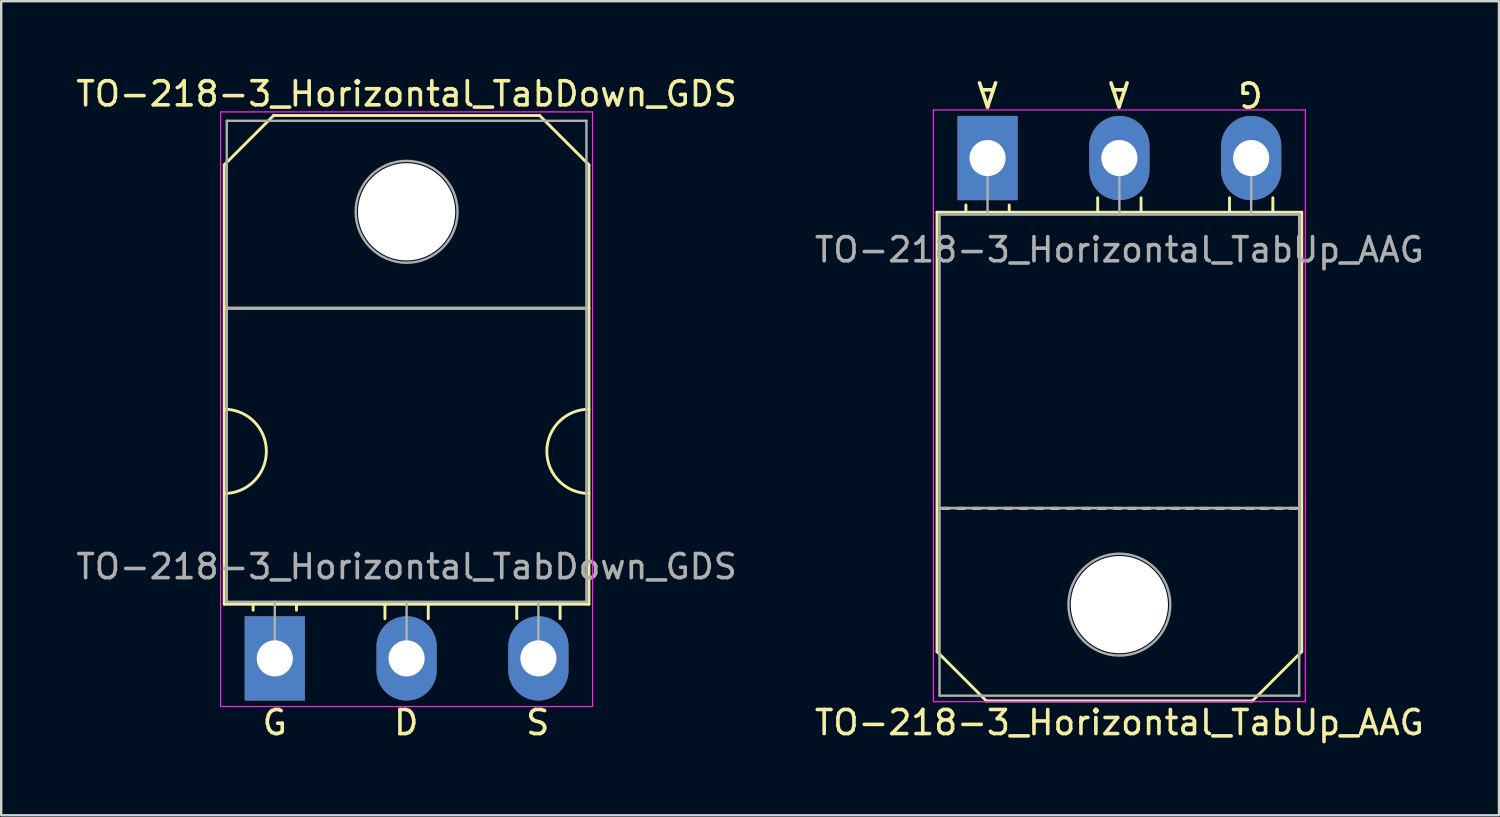
<source format=kicad_pcb>
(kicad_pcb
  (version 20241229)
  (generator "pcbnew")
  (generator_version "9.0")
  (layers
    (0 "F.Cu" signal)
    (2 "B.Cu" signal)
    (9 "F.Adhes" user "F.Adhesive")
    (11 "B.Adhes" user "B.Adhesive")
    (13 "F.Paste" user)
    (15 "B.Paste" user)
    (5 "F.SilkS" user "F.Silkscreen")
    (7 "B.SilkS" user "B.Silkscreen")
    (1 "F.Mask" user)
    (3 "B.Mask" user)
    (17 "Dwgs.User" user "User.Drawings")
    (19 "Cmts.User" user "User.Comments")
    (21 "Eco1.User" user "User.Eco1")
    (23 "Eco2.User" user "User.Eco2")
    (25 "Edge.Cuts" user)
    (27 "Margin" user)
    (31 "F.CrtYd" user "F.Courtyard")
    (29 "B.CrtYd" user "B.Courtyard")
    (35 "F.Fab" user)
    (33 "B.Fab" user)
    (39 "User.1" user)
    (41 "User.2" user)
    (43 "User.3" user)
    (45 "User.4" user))
  (footprint "TO-218-3_Horizontal_TabUp_AAG"
    (layer "F.Cu")
    (at 37.971 3.515)
    (property "Reference" "TO-218-3_Horizontal_TabUp_AAG" (at 5.475 23.45 0) (layer "F.SilkS") (effects (font (size 1 1) (thickness 0.15))))
    (fp_line (start -2.1 2.25) (end 13.05 2.25) (stroke (width 0.12) (type solid)) (layer "F.SilkS"))
    (fp_line (start -2.1 20.5) (end -2.1 2.25) (stroke (width 0.12) (type solid)) (layer "F.SilkS"))
    (fp_line (start -2.1 20.5) (end -0.05 22.55) (stroke (width 0.12) (type solid)) (layer "F.SilkS"))
    (fp_line (start -1.6 14.55) (end -1.9 14.55) (stroke (width 0.12) (type solid)) (layer "F.SilkS"))
    (fp_line (start -0.95 14.55) (end -1.25 14.55) (stroke (width 0.12) (type solid)) (layer "F.SilkS"))
    (fp_line (start -0.9 2.2) (end -0.9 1.95) (stroke (width 0.12) (type solid)) (layer "F.SilkS"))
    (fp_line (start -0.3 14.55) (end -0.6 14.55) (stroke (width 0.12) (type solid)) (layer "F.SilkS"))
    (fp_line (start 0.35 14.55) (end 0.05 14.55) (stroke (width 0.12) (type solid)) (layer "F.SilkS"))
    (fp_line (start 0.9 2.2) (end 0.9 1.95) (stroke (width 0.12) (type solid)) (layer "F.SilkS"))
    (fp_line (start 1 14.55) (end 0.7 14.55) (stroke (width 0.12) (type solid)) (layer "F.SilkS"))
    (fp_line (start 1.65 14.55) (end 1.35 14.55) (stroke (width 0.12) (type solid)) (layer "F.SilkS"))
    (fp_line (start 2.3 14.55) (end 2 14.55) (stroke (width 0.12) (type solid)) (layer "F.SilkS"))
    (fp_line (start 2.95 14.55) (end 2.65 14.55) (stroke (width 0.12) (type solid)) (layer "F.SilkS"))
    (fp_line (start 3.6 14.55) (end 3.3 14.55) (stroke (width 0.12) (type solid)) (layer "F.SilkS"))
    (fp_line (start 4.25 14.55) (end 3.95 14.55) (stroke (width 0.12) (type solid)) (layer "F.SilkS"))
    (fp_line (start 4.575 2.2) (end 4.575 1.65) (stroke (width 0.12) (type solid)) (layer "F.SilkS"))
    (fp_line (start 4.9 14.55) (end 4.6 14.55) (stroke (width 0.12) (type solid)) (layer "F.SilkS"))
    (fp_line (start 5.55 14.55) (end 5.25 14.55) (stroke (width 0.12) (type solid)) (layer "F.SilkS"))
    (fp_line (start 6.15 14.55) (end 5.85 14.55) (stroke (width 0.12) (type solid)) (layer "F.SilkS"))
    (fp_line (start 6.375 2.2) (end 6.375 1.65) (stroke (width 0.12) (type solid)) (layer "F.SilkS"))
    (fp_line (start 6.75 14.55) (end 6.45 14.55) (stroke (width 0.12) (type solid)) (layer "F.SilkS"))
    (fp_line (start 7.35 14.55) (end 7.05 14.55) (stroke (width 0.12) (type solid)) (layer "F.SilkS"))
    (fp_line (start 7.95 14.55) (end 7.65 14.55) (stroke (width 0.12) (type solid)) (layer "F.SilkS"))
    (fp_line (start 8.55 14.55) (end 8.25 14.55) (stroke (width 0.12) (type solid)) (layer "F.SilkS"))
    (fp_line (start 9.15 14.55) (end 8.85 14.55) (stroke (width 0.12) (type solid)) (layer "F.SilkS"))
    (fp_line (start 9.8 14.55) (end 9.5 14.55) (stroke (width 0.12) (type solid)) (layer "F.SilkS"))
    (fp_line (start 10.05 2.2) (end 10.05 1.65) (stroke (width 0.12) (type solid)) (layer "F.SilkS"))
    (fp_line (start 10.45 14.55) (end 10.15 14.55) (stroke (width 0.12) (type solid)) (layer "F.SilkS"))
    (fp_line (start 11 22.55) (end -0.05 22.55) (stroke (width 0.12) (type solid)) (layer "F.SilkS"))
    (fp_line (start 11.05 14.55) (end 10.75 14.55) (stroke (width 0.12) (type solid)) (layer "F.SilkS"))
    (fp_line (start 11.65 14.55) (end 11.35 14.55) (stroke (width 0.12) (type solid)) (layer "F.SilkS"))
    (fp_line (start 11.85 2.2) (end 11.85 1.65) (stroke (width 0.12) (type solid)) (layer "F.SilkS"))
    (fp_line (start 12.25 14.55) (end 11.95 14.55) (stroke (width 0.12) (type solid)) (layer "F.SilkS"))
    (fp_line (start 12.85 14.55) (end 12.55 14.55) (stroke (width 0.12) (type solid)) (layer "F.SilkS"))
    (fp_line (start 13.05 2.25) (end 13.05 20.5) (stroke (width 0.12) (type solid)) (layer "F.SilkS"))
    (fp_line (start 13.05 20.5) (end 11 22.55) (stroke (width 0.12) (type solid)) (layer "F.SilkS"))
    (fp_line (start -2.25 -2) (end -2.25 22.58) (stroke (width 0.05) (type solid)) (layer "F.CrtYd"))
    (fp_line (start -2.25 22.58) (end 13.2 22.58) (stroke (width 0.05) (type solid)) (layer "F.CrtYd"))
    (fp_line (start 13.2 -2) (end -2.25 -2) (stroke (width 0.05) (type solid)) (layer "F.CrtYd"))
    (fp_line (start 13.2 22.58) (end 13.2 -2) (stroke (width 0.05) (type solid)) (layer "F.CrtYd"))
    (fp_line (start -1.995 2.35) (end -1.995 14.54) (stroke (width 0.1) (type solid)) (layer "F.Fab"))
    (fp_line (start -1.995 14.54) (end -1.995 22.33) (stroke (width 0.1) (type solid)) (layer "F.Fab"))
    (fp_line (start -1.995 14.54) (end 12.945 14.54) (stroke (width 0.1) (type solid)) (layer "F.Fab"))
    (fp_line (start -1.995 22.33) (end 12.945 22.33) (stroke (width 0.1) (type solid)) (layer "F.Fab"))
    (fp_line (start 0 2.35) (end 0 0) (stroke (width 0.1) (type solid)) (layer "F.Fab"))
    (fp_line (start 5.475 2.35) (end 5.475 0) (stroke (width 0.1) (type solid)) (layer "F.Fab"))
    (fp_line (start 10.95 2.35) (end 10.95 0) (stroke (width 0.1) (type solid)) (layer "F.Fab"))
    (fp_line (start 12.945 2.35) (end -1.995 2.35) (stroke (width 0.1) (type solid)) (layer "F.Fab"))
    (fp_line (start 12.945 14.54) (end -1.995 14.54) (stroke (width 0.1) (type solid)) (layer "F.Fab"))
    (fp_line (start 12.945 14.54) (end 12.945 2.35) (stroke (width 0.1) (type solid)) (layer "F.Fab"))
    (fp_line (start 12.945 22.33) (end 12.945 14.54) (stroke (width 0.1) (type solid)) (layer "F.Fab"))
    (fp_circle (center 5.475 18.55) (end 7.59 18.55) (stroke (width 0.1) (type solid)) (fill no) (layer "F.Fab"))
    (fp_text user "A" (at 5.461 -2.667 180) (unlocked yes) (layer "F.SilkS") (effects (font (size 1 1) (thickness 0.15))))
    (fp_text user "A" (at 0 -2.667 180) (unlocked yes) (layer "F.SilkS") (effects (font (size 1 1) (thickness 0.15))))
    (fp_text user "G" (at 10.922 -2.667 180) (unlocked yes) (layer "F.SilkS") (effects (font (size 1 1) (thickness 0.15))))
    (fp_text user "${REFERENCE}" (at 5.475 3.81 0) (layer "F.Fab") (effects (font (size 1 1) (thickness 0.15))))
    (pad "" np_thru_hole oval (at 5.475 18.55) (size 4.04 4.04) (drill 4.04) (layers "*.Cu" "*.Mask"))
    (pad "1" thru_hole rect (at 0 0) (size 2.5 3.5) (drill 1.5) (layers "*.Cu" "*.Mask"))
    (pad "2" thru_hole oval (at 5.475 0) (size 2.5 3.5) (drill 1.5) (layers "*.Cu" "*.Mask"))
    (pad "3" thru_hole oval (at 10.95 0) (size 2.5 3.5) (drill 1.5) (layers "*.Cu" "*.Mask")))
  (footprint "TO-218-3_Horizontal_TabDown_GDS"
    (layer "F.Cu")
    (at 8.364 24.298)
    (property "Reference" "TO-218-3_Horizontal_TabDown_GDS" (at 5.475 -23.45 0) (layer "F.SilkS") (effects (font (size 1 1) (thickness 0.15))))
    (fp_line (start -2.1 -20.5) (end -0.05 -22.55) (stroke (width 0.12) (type solid)) (layer "F.SilkS"))
    (fp_line (start -2.1 -14.55) (end 13.05 -14.55) (stroke (width 0.12) (type solid)) (layer "F.SilkS"))
    (fp_line (start -2.1 -2.25) (end -2.1 -20.5) (stroke (width 0.12) (type solid)) (layer "F.SilkS"))
    (fp_line (start -0.9 -2.2) (end -0.9 -2) (stroke (width 0.12) (type solid)) (layer "F.SilkS"))
    (fp_line (start -0.05 -22.55) (end 11 -22.55) (stroke (width 0.12) (type solid)) (layer "F.SilkS"))
    (fp_line (start 0.9 -2.2) (end 0.9 -2) (stroke (width 0.12) (type solid)) (layer "F.SilkS"))
    (fp_line (start 4.575 -2.2) (end 4.575 -1.65) (stroke (width 0.12) (type solid)) (layer "F.SilkS"))
    (fp_line (start 6.375 -2.2) (end 6.375 -1.65) (stroke (width 0.12) (type solid)) (layer "F.SilkS"))
    (fp_line (start 10.05 -2.2) (end 10.05 -1.65) (stroke (width 0.12) (type solid)) (layer "F.SilkS"))
    (fp_line (start 11.85 -2.2) (end 11.85 -1.65) (stroke (width 0.12) (type solid)) (layer "F.SilkS"))
    (fp_line (start 13.05 -20.5) (end 11 -22.55) (stroke (width 0.12) (type solid)) (layer "F.SilkS"))
    (fp_line (start 13.05 -20.5) (end 13.05 -2.25) (stroke (width 0.12) (type solid)) (layer "F.SilkS"))
    (fp_line (start 13.05 -2.25) (end -2.1 -2.25) (stroke (width 0.12) (type solid)) (layer "F.SilkS"))
    (fp_arc (start -2.1 -10.35) (mid -0.35 -8.6) (end -2.1 -6.85) (stroke (width 0.12) (type solid)) (layer "F.SilkS"))
    (fp_arc (start 13.05 -6.85) (mid 11.3 -8.6) (end 13.05 -10.35) (stroke (width 0.12) (type solid)) (layer "F.SilkS"))
    (fp_line (start -2.25 -22.7) (end -2.25 2) (stroke (width 0.05) (type solid)) (layer "F.CrtYd"))
    (fp_line (start -2.25 2) (end 13.2 2) (stroke (width 0.05) (type solid)) (layer "F.CrtYd"))
    (fp_line (start 13.2 -22.7) (end -2.25 -22.7) (stroke (width 0.05) (type solid)) (layer "F.CrtYd"))
    (fp_line (start 13.2 2) (end 13.2 -22.7) (stroke (width 0.05) (type solid)) (layer "F.CrtYd"))
    (fp_line (start -1.995 -22.33) (end 12.945 -22.33) (stroke (width 0.1) (type solid)) (layer "F.Fab"))
    (fp_line (start -1.995 -14.54) (end -1.995 -22.33) (stroke (width 0.1) (type solid)) (layer "F.Fab"))
    (fp_line (start -1.995 -14.54) (end 12.945 -14.54) (stroke (width 0.1) (type solid)) (layer "F.Fab"))
    (fp_line (start -1.995 -2.35) (end -1.995 -14.54) (stroke (width 0.1) (type solid)) (layer "F.Fab"))
    (fp_line (start 0 -2.35) (end 0 0) (stroke (width 0.1) (type solid)) (layer "F.Fab"))
    (fp_line (start 5.475 -2.35) (end 5.475 0) (stroke (width 0.1) (type solid)) (layer "F.Fab"))
    (fp_line (start 10.95 -2.35) (end 10.95 0) (stroke (width 0.1) (type solid)) (layer "F.Fab"))
    (fp_line (start 12.945 -22.33) (end 12.945 -14.54) (stroke (width 0.1) (type solid)) (layer "F.Fab"))
    (fp_line (start 12.945 -14.54) (end -1.995 -14.54) (stroke (width 0.1) (type solid)) (layer "F.Fab"))
    (fp_line (start 12.945 -14.54) (end 12.945 -2.35) (stroke (width 0.1) (type solid)) (layer "F.Fab"))
    (fp_line (start 12.945 -2.35) (end -1.995 -2.35) (stroke (width 0.1) (type solid)) (layer "F.Fab"))
    (fp_circle (center 5.475 -18.55) (end 7.59 -18.55) (stroke (width 0.1) (type solid)) (fill no) (layer "F.Fab"))
    (fp_text user "G" (at 0 2.667 0) (unlocked yes) (layer "F.SilkS") (effects (font (size 1 1) (thickness 0.15))))
    (fp_text user "D" (at 5.461 2.667 0) (unlocked yes) (layer "F.SilkS") (effects (font (size 1 1) (thickness 0.15))))
    (fp_text user "S" (at 10.922 2.667 0) (unlocked yes) (layer "F.SilkS") (effects (font (size 1 1) (thickness 0.15))))
    (fp_text user "${REFERENCE}" (at 5.475 -3.81 0) (layer "F.Fab") (effects (font (size 1 1) (thickness 0.15))))
    (pad "" np_thru_hole oval (at 5.475 -18.55) (size 4.04 4.04) (drill 4.04) (layers "*.Cu" "*.Mask"))
    (pad "1" thru_hole rect (at 0 0) (size 2.5 3.5) (drill 1.5) (layers "*.Cu" "*.Mask"))
    (pad "2" thru_hole oval (at 5.475 0) (size 2.5 3.5) (drill 1.5) (layers "*.Cu" "*.Mask"))
    (pad "3" thru_hole oval (at 10.95 0) (size 2.5 3.5) (drill 1.5) (layers "*.Cu" "*.Mask")))
  (gr_rect
    (start -3 -3)
    (end 59.214 30.814)
    (stroke (width 0.1) (type default))
    (fill no)
    (layer "Edge.Cuts")))
</source>
